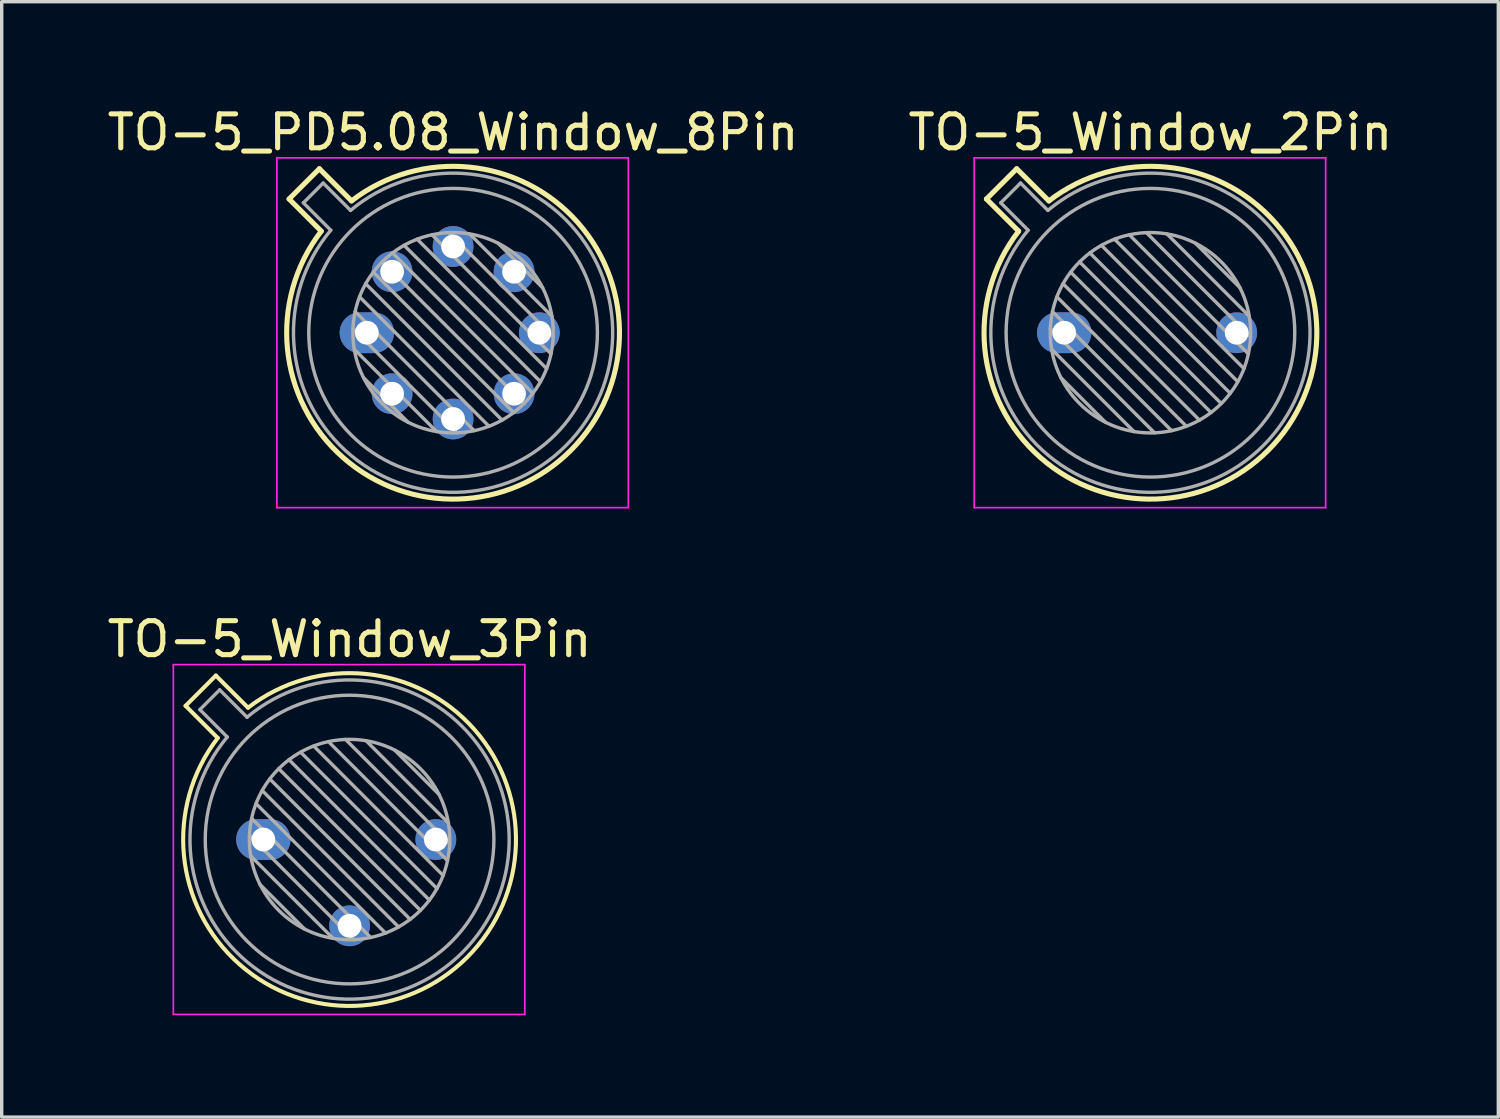
<source format=kicad_pcb>
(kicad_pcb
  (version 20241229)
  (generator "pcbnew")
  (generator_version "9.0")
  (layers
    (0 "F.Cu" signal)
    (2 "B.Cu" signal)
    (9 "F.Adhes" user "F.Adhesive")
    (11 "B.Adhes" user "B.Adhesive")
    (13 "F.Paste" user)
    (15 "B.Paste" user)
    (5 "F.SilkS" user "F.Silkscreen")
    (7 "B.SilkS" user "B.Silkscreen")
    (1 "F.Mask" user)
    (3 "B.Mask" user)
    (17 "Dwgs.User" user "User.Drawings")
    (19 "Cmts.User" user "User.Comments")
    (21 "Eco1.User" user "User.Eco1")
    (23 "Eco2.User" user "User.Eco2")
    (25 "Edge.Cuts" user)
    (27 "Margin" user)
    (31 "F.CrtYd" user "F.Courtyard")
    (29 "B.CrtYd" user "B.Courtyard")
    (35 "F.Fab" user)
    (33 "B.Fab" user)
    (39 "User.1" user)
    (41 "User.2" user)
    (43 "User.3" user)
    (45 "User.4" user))
  (footprint "TO-5_Window_3Pin"
    (layer "F.Cu")
    (at 4.704 21.672)
    (property "Reference" "TO-5_Window_3Pin" (at 2.54 -5.9 0) (layer "F.SilkS") (effects (font (size 1 1) (thickness 0.15))))
    (attr through_hole)
    (fp_line (start -2.289 -3.938) (end -1.342 -2.991) (stroke (width 0.12) (type solid)) (layer "F.SilkS"))
    (fp_line (start -1.398 -4.829) (end -2.289 -3.938) (stroke (width 0.12) (type solid)) (layer "F.SilkS"))
    (fp_line (start -0.451 -3.882) (end -1.398 -4.829) (stroke (width 0.12) (type solid)) (layer "F.SilkS"))
    (fp_arc (start -0.450589 -3.881543) (mid 6.004823 3.464823) (end -1.341543 -2.990588) (stroke (width 0.12) (type solid)) (layer "F.SilkS"))
    (fp_line (start -2.65 -5.15) (end -2.65 5.15) (stroke (width 0.05) (type solid)) (layer "F.CrtYd"))
    (fp_line (start -2.65 5.15) (end 7.7 5.15) (stroke (width 0.05) (type solid)) (layer "F.CrtYd"))
    (fp_line (start 7.7 -5.15) (end -2.65 -5.15) (stroke (width 0.05) (type solid)) (layer "F.CrtYd"))
    (fp_line (start 7.7 5.15) (end 7.7 -5.15) (stroke (width 0.05) (type solid)) (layer "F.CrtYd"))
    (fp_line (start -1.868 -3.825) (end -1.062 -3.019) (stroke (width 0.1) (type solid)) (layer "F.Fab"))
    (fp_line (start -1.285 -4.408) (end -1.868 -3.825) (stroke (width 0.1) (type solid)) (layer "F.Fab"))
    (fp_line (start -0.479 -3.602) (end -1.285 -4.408) (stroke (width 0.1) (type solid)) (layer "F.Fab"))
    (fp_line (start -0.408 -0.12) (end 2.66 2.948) (stroke (width 0.1) (type solid)) (layer "F.Fab"))
    (fp_line (start -0.371 0.485) (end 2.055 2.911) (stroke (width 0.1) (type solid)) (layer "F.Fab"))
    (fp_line (start -0.344 -0.622) (end 3.162 2.884) (stroke (width 0.1) (type solid)) (layer "F.Fab"))
    (fp_line (start -0.215 -1.058) (end 3.598 2.755) (stroke (width 0.1) (type solid)) (layer "F.Fab"))
    (fp_line (start -0.097 1.324) (end 1.216 2.637) (stroke (width 0.1) (type solid)) (layer "F.Fab"))
    (fp_line (start -0.034 -1.443) (end 3.983 2.574) (stroke (width 0.1) (type solid)) (layer "F.Fab"))
    (fp_line (start 0.19 -1.784) (end 4.324 2.35) (stroke (width 0.1) (type solid)) (layer "F.Fab"))
    (fp_line (start 0.454 -2.086) (end 4.626 2.086) (stroke (width 0.1) (type solid)) (layer "F.Fab"))
    (fp_line (start 0.756 -2.35) (end 4.89 1.784) (stroke (width 0.1) (type solid)) (layer "F.Fab"))
    (fp_line (start 1.097 -2.574) (end 5.114 1.443) (stroke (width 0.1) (type solid)) (layer "F.Fab"))
    (fp_line (start 1.482 -2.755) (end 5.295 1.058) (stroke (width 0.1) (type solid)) (layer "F.Fab"))
    (fp_line (start 1.918 -2.884) (end 5.424 0.622) (stroke (width 0.1) (type solid)) (layer "F.Fab"))
    (fp_line (start 2.42 -2.948) (end 5.488 0.12) (stroke (width 0.1) (type solid)) (layer "F.Fab"))
    (fp_line (start 3.025 -2.911) (end 5.451 -0.485) (stroke (width 0.1) (type solid)) (layer "F.Fab"))
    (fp_line (start 3.864 -2.637) (end 5.177 -1.324) (stroke (width 0.1) (type solid)) (layer "F.Fab"))
    (fp_arc (start -0.478935 -3.602226) (mid 5.863402 3.323402) (end -1.062226 -3.018935) (stroke (width 0.1) (type solid)) (layer "F.Fab"))
    (fp_circle (center 2.54 0) (end 5.49 0) (stroke (width 0.1) (type solid)) (fill no) (layer "F.Fab"))
    (fp_circle (center 2.54 0) (end 6.79 0) (stroke (width 0.1) (type solid)) (fill no) (layer "F.Fab"))
    (pad "1" thru_hole oval (at 0 0) (size 1.6 1.2) (drill 0.7) (layers "*.Cu" "*.Mask"))
    (pad "2" thru_hole oval (at 2.54 2.54) (size 1.2 1.2) (drill 0.7) (layers "*.Cu" "*.Mask"))
    (pad "3" thru_hole oval (at 5.08 0) (size 1.2 1.2) (drill 0.7) (layers "*.Cu" "*.Mask")))
  (footprint "TO-5_Window_2Pin"
    (layer "F.Cu")
    (at 28.287 6.748)
    (property "Reference" "TO-5_Window_2Pin" (at 2.54 -5.9 0) (layer "F.SilkS") (effects (font (size 1 1) (thickness 0.15))))
    (attr through_hole)
    (fp_line (start -2.289 -3.938) (end -1.342 -2.991) (stroke (width 0.15) (type solid)) (layer "F.SilkS"))
    (fp_line (start -1.398 -4.829) (end -2.289 -3.938) (stroke (width 0.15) (type solid)) (layer "F.SilkS"))
    (fp_line (start -0.451 -3.882) (end -1.398 -4.829) (stroke (width 0.15) (type solid)) (layer "F.SilkS"))
    (fp_arc (start -0.450589 -3.881543) (mid 6.004823 3.464823) (end -1.341543 -2.990588) (stroke (width 0.15) (type solid)) (layer "F.SilkS"))
    (fp_line (start -2.65 -5.15) (end -2.65 5.15) (stroke (width 0.05) (type solid)) (layer "F.CrtYd"))
    (fp_line (start -2.65 5.15) (end 7.7 5.15) (stroke (width 0.05) (type solid)) (layer "F.CrtYd"))
    (fp_line (start 7.7 -5.15) (end -2.65 -5.15) (stroke (width 0.05) (type solid)) (layer "F.CrtYd"))
    (fp_line (start 7.7 5.15) (end 7.7 -5.15) (stroke (width 0.05) (type solid)) (layer "F.CrtYd"))
    (fp_line (start -1.868 -3.825) (end -1.062 -3.019) (stroke (width 0.1) (type solid)) (layer "F.Fab"))
    (fp_line (start -1.285 -4.408) (end -1.868 -3.825) (stroke (width 0.1) (type solid)) (layer "F.Fab"))
    (fp_line (start -0.479 -3.602) (end -1.285 -4.408) (stroke (width 0.1) (type solid)) (layer "F.Fab"))
    (fp_line (start -0.408 -0.12) (end 2.66 2.948) (stroke (width 0.1) (type solid)) (layer "F.Fab"))
    (fp_line (start -0.371 0.485) (end 2.055 2.911) (stroke (width 0.1) (type solid)) (layer "F.Fab"))
    (fp_line (start -0.344 -0.622) (end 3.162 2.884) (stroke (width 0.1) (type solid)) (layer "F.Fab"))
    (fp_line (start -0.215 -1.058) (end 3.598 2.755) (stroke (width 0.1) (type solid)) (layer "F.Fab"))
    (fp_line (start -0.097 1.324) (end 1.216 2.637) (stroke (width 0.1) (type solid)) (layer "F.Fab"))
    (fp_line (start -0.034 -1.443) (end 3.983 2.574) (stroke (width 0.1) (type solid)) (layer "F.Fab"))
    (fp_line (start 0.19 -1.784) (end 4.324 2.35) (stroke (width 0.1) (type solid)) (layer "F.Fab"))
    (fp_line (start 0.454 -2.086) (end 4.626 2.086) (stroke (width 0.1) (type solid)) (layer "F.Fab"))
    (fp_line (start 0.756 -2.35) (end 4.89 1.784) (stroke (width 0.1) (type solid)) (layer "F.Fab"))
    (fp_line (start 1.097 -2.574) (end 5.114 1.443) (stroke (width 0.1) (type solid)) (layer "F.Fab"))
    (fp_line (start 1.482 -2.755) (end 5.295 1.058) (stroke (width 0.1) (type solid)) (layer "F.Fab"))
    (fp_line (start 1.918 -2.884) (end 5.424 0.622) (stroke (width 0.1) (type solid)) (layer "F.Fab"))
    (fp_line (start 2.42 -2.948) (end 5.488 0.12) (stroke (width 0.1) (type solid)) (layer "F.Fab"))
    (fp_line (start 3.025 -2.911) (end 5.451 -0.485) (stroke (width 0.1) (type solid)) (layer "F.Fab"))
    (fp_line (start 3.864 -2.637) (end 5.177 -1.324) (stroke (width 0.1) (type solid)) (layer "F.Fab"))
    (fp_arc (start -0.478935 -3.602226) (mid 5.863402 3.323402) (end -1.062226 -3.018935) (stroke (width 0.1) (type solid)) (layer "F.Fab"))
    (fp_circle (center 2.54 0) (end 5.49 0) (stroke (width 0.1) (type solid)) (fill no) (layer "F.Fab"))
    (fp_circle (center 2.54 0) (end 6.79 0) (stroke (width 0.1) (type solid)) (fill no) (layer "F.Fab"))
    (pad "1" thru_hole oval (at 0 0) (size 1.6 1.2) (drill 0.7) (layers "*.Cu" "*.Mask"))
    (pad "2" thru_hole oval (at 5.08 0) (size 1.2 1.2) (drill 0.7) (layers "*.Cu" "*.Mask")))
  (footprint "TO-5_PD5.08_Window_8Pin"
    (layer "F.Cu")
    (at 7.752 6.748)
    (property "Reference" "TO-5_PD5.08_Window_8Pin" (at 2.54 -5.9 0) (layer "F.SilkS") (effects (font (size 1 1) (thickness 0.15))))
    (attr through_hole)
    (fp_line (start -2.289 -3.938) (end -1.342 -2.991) (stroke (width 0.15) (type solid)) (layer "F.SilkS"))
    (fp_line (start -1.398 -4.829) (end -2.289 -3.938) (stroke (width 0.15) (type solid)) (layer "F.SilkS"))
    (fp_line (start -0.451 -3.882) (end -1.398 -4.829) (stroke (width 0.15) (type solid)) (layer "F.SilkS"))
    (fp_arc (start -0.450589 -3.881543) (mid 6.004823 3.464823) (end -1.341543 -2.990588) (stroke (width 0.15) (type solid)) (layer "F.SilkS"))
    (fp_line (start -2.65 -5.15) (end -2.65 5.15) (stroke (width 0.05) (type solid)) (layer "F.CrtYd"))
    (fp_line (start -2.65 5.15) (end 7.7 5.15) (stroke (width 0.05) (type solid)) (layer "F.CrtYd"))
    (fp_line (start 7.7 -5.15) (end -2.65 -5.15) (stroke (width 0.05) (type solid)) (layer "F.CrtYd"))
    (fp_line (start 7.7 5.15) (end 7.7 -5.15) (stroke (width 0.05) (type solid)) (layer "F.CrtYd"))
    (fp_line (start -1.868 -3.825) (end -1.062 -3.019) (stroke (width 0.1) (type solid)) (layer "F.Fab"))
    (fp_line (start -1.285 -4.408) (end -1.868 -3.825) (stroke (width 0.1) (type solid)) (layer "F.Fab"))
    (fp_line (start -0.479 -3.602) (end -1.285 -4.408) (stroke (width 0.1) (type solid)) (layer "F.Fab"))
    (fp_line (start -0.408 -0.12) (end 2.66 2.948) (stroke (width 0.1) (type solid)) (layer "F.Fab"))
    (fp_line (start -0.371 0.485) (end 2.055 2.911) (stroke (width 0.1) (type solid)) (layer "F.Fab"))
    (fp_line (start -0.344 -0.622) (end 3.162 2.884) (stroke (width 0.1) (type solid)) (layer "F.Fab"))
    (fp_line (start -0.215 -1.058) (end 3.598 2.755) (stroke (width 0.1) (type solid)) (layer "F.Fab"))
    (fp_line (start -0.097 1.324) (end 1.216 2.637) (stroke (width 0.1) (type solid)) (layer "F.Fab"))
    (fp_line (start -0.034 -1.443) (end 3.983 2.574) (stroke (width 0.1) (type solid)) (layer "F.Fab"))
    (fp_line (start 0.19 -1.784) (end 4.324 2.35) (stroke (width 0.1) (type solid)) (layer "F.Fab"))
    (fp_line (start 0.454 -2.086) (end 4.626 2.086) (stroke (width 0.1) (type solid)) (layer "F.Fab"))
    (fp_line (start 0.756 -2.35) (end 4.89 1.784) (stroke (width 0.1) (type solid)) (layer "F.Fab"))
    (fp_line (start 1.097 -2.574) (end 5.114 1.443) (stroke (width 0.1) (type solid)) (layer "F.Fab"))
    (fp_line (start 1.482 -2.755) (end 5.295 1.058) (stroke (width 0.1) (type solid)) (layer "F.Fab"))
    (fp_line (start 1.918 -2.884) (end 5.424 0.622) (stroke (width 0.1) (type solid)) (layer "F.Fab"))
    (fp_line (start 2.42 -2.948) (end 5.488 0.12) (stroke (width 0.1) (type solid)) (layer "F.Fab"))
    (fp_line (start 3.025 -2.911) (end 5.451 -0.485) (stroke (width 0.1) (type solid)) (layer "F.Fab"))
    (fp_line (start 3.864 -2.637) (end 5.177 -1.324) (stroke (width 0.1) (type solid)) (layer "F.Fab"))
    (fp_arc (start -0.478935 -3.602226) (mid 5.863402 3.323402) (end -1.062226 -3.018935) (stroke (width 0.1) (type solid)) (layer "F.Fab"))
    (fp_circle (center 2.54 0) (end 5.49 0) (stroke (width 0.1) (type solid)) (fill no) (layer "F.Fab"))
    (fp_circle (center 2.54 0) (end 6.79 0) (stroke (width 0.1) (type solid)) (fill no) (layer "F.Fab"))
    (pad "1" thru_hole oval (at 0 0) (size 1.6 1.2) (drill 0.7) (layers "*.Cu" "*.Mask"))
    (pad "2" thru_hole oval (at 0.744 1.796) (size 1.2 1.2) (drill 0.7) (layers "*.Cu" "*.Mask"))
    (pad "3" thru_hole oval (at 2.54 2.54) (size 1.2 1.2) (drill 0.7) (layers "*.Cu" "*.Mask"))
    (pad "4" thru_hole oval (at 4.336 1.796) (size 1.2 1.2) (drill 0.7) (layers "*.Cu" "*.Mask"))
    (pad "5" thru_hole oval (at 5.08 0) (size 1.2 1.2) (drill 0.7) (layers "*.Cu" "*.Mask"))
    (pad "6" thru_hole oval (at 4.336 -1.796) (size 1.2 1.2) (drill 0.7) (layers "*.Cu" "*.Mask"))
    (pad "7" thru_hole oval (at 2.54 -2.54) (size 1.2 1.2) (drill 0.7) (layers "*.Cu" "*.Mask"))
    (pad "8" thru_hole oval (at 0.744 -1.796) (size 1.2 1.2) (drill 0.7) (layers "*.Cu" "*.Mask")))
  (gr_rect
    (start -3 -3)
    (end 41.071 29.846)
    (stroke (width 0.1) (type default))
    (fill no)
    (layer "Edge.Cuts")))
</source>
